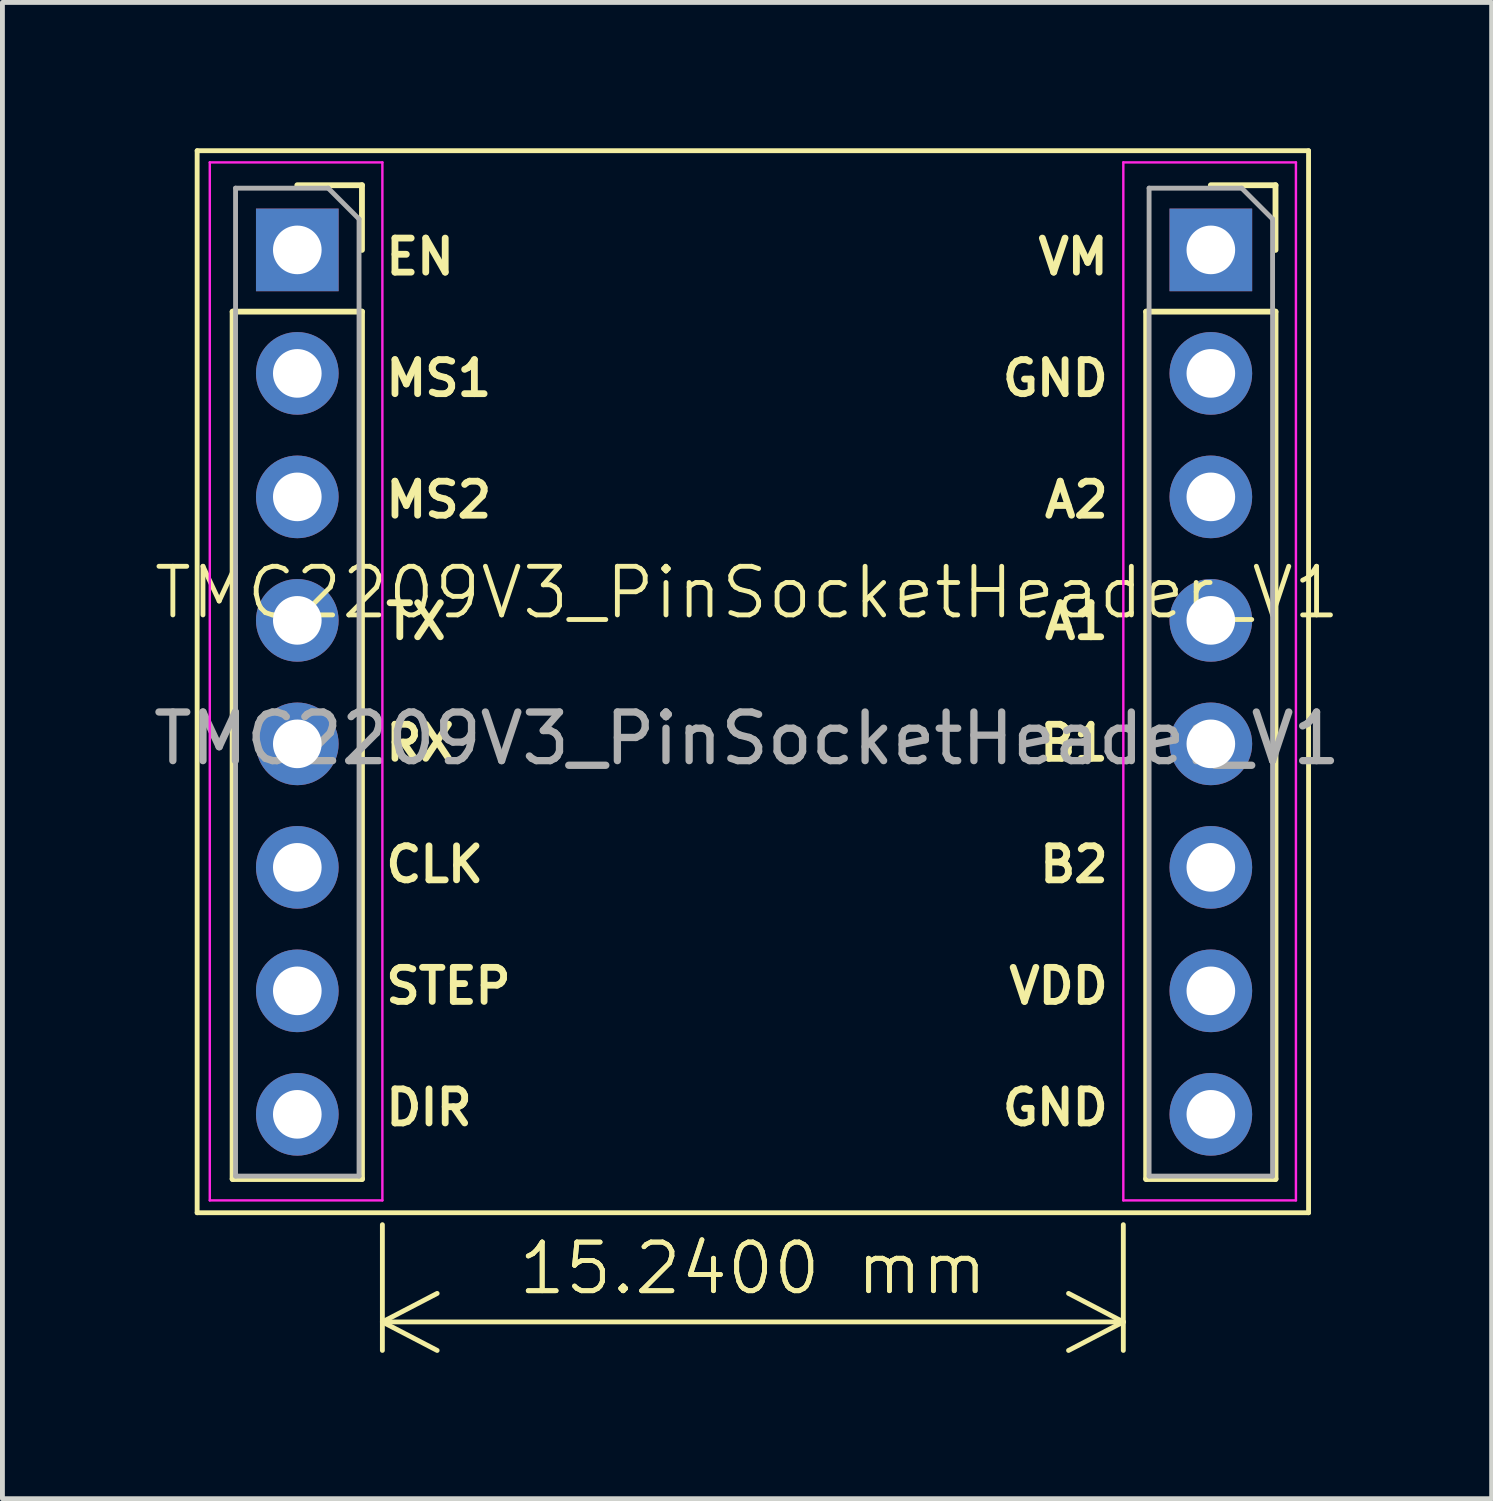
<source format=kicad_pcb>
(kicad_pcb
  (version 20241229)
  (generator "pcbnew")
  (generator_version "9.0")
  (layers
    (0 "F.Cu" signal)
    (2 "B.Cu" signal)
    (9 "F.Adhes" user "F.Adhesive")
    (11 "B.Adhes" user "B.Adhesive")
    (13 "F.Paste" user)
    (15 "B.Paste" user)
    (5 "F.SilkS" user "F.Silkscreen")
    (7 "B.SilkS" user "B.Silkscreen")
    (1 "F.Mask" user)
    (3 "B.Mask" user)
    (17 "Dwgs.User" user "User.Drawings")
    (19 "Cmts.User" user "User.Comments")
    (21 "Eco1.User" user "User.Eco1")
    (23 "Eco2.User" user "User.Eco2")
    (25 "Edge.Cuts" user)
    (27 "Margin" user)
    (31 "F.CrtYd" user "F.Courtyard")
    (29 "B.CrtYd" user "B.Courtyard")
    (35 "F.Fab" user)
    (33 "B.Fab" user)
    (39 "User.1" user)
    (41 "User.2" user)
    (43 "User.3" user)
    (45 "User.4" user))
  (footprint "TMC2209V3_PinSocketHeader_V1"
    (layer "F.Cu")
    (at 12.435 10.894)
    (property "Reference" "TMC2209V3_PinSocketHeader_V1" (at -0.12 -1.754 0) (unlocked yes) (layer "F.SilkS") (effects (font (size 1 1) (thickness 0.1))))
    (attr through_hole)
    (fp_line (start -11.43 -10.844) (end 11.43 -10.844) (stroke (width 0.1) (type default)) (layer "F.SilkS"))
    (fp_line (start -11.43 11) (end -11.43 -10.844) (stroke (width 0.1) (type default)) (layer "F.SilkS"))
    (fp_line (start -10.7 -7.534) (end -10.7 10.306) (stroke (width 0.12) (type solid)) (layer "F.SilkS"))
    (fp_line (start -10.7 -7.534) (end -8.04 -7.534) (stroke (width 0.12) (type solid)) (layer "F.SilkS"))
    (fp_line (start -10.7 10.306) (end -8.04 10.306) (stroke (width 0.12) (type solid)) (layer "F.SilkS"))
    (fp_line (start -9.37 -10.134) (end -8.04 -10.134) (stroke (width 0.12) (type solid)) (layer "F.SilkS"))
    (fp_line (start -8.04 -10.134) (end -8.04 -8.804) (stroke (width 0.12) (type solid)) (layer "F.SilkS"))
    (fp_line (start -8.04 -7.534) (end -8.04 10.306) (stroke (width 0.12) (type solid)) (layer "F.SilkS"))
    (fp_line (start 8.09 -7.534) (end 8.09 10.306) (stroke (width 0.12) (type solid)) (layer "F.SilkS"))
    (fp_line (start 8.09 -7.534) (end 10.75 -7.534) (stroke (width 0.12) (type solid)) (layer "F.SilkS"))
    (fp_line (start 8.09 10.306) (end 10.75 10.306) (stroke (width 0.12) (type solid)) (layer "F.SilkS"))
    (fp_line (start 9.42 -10.134) (end 10.75 -10.134) (stroke (width 0.12) (type solid)) (layer "F.SilkS"))
    (fp_line (start 10.75 -10.134) (end 10.75 -8.804) (stroke (width 0.12) (type solid)) (layer "F.SilkS"))
    (fp_line (start 10.75 -7.534) (end 10.75 10.306) (stroke (width 0.12) (type solid)) (layer "F.SilkS"))
    (fp_line (start 11.43 -10.844) (end 11.43 11) (stroke (width 0.1) (type default)) (layer "F.SilkS"))
    (fp_line (start 11.43 11) (end -11.43 11) (stroke (width 0.1) (type default)) (layer "F.SilkS"))
    (fp_line (start -11.17 -10.604) (end -7.62 -10.604) (stroke (width 0.05) (type solid)) (layer "F.CrtYd"))
    (fp_line (start -11.17 10.746) (end -11.17 -10.604) (stroke (width 0.05) (type solid)) (layer "F.CrtYd"))
    (fp_line (start -7.62 -10.604) (end -7.62 10.746) (stroke (width 0.05) (type solid)) (layer "F.CrtYd"))
    (fp_line (start -7.62 10.746) (end -11.17 10.746) (stroke (width 0.05) (type solid)) (layer "F.CrtYd"))
    (fp_line (start 7.62 -10.604) (end 11.17 -10.604) (stroke (width 0.05) (type solid)) (layer "F.CrtYd"))
    (fp_line (start 7.62 10.746) (end 7.62 -10.604) (stroke (width 0.05) (type solid)) (layer "F.CrtYd"))
    (fp_line (start 11.17 -10.604) (end 11.17 10.746) (stroke (width 0.05) (type solid)) (layer "F.CrtYd"))
    (fp_line (start 11.17 10.746) (end 7.62 10.746) (stroke (width 0.05) (type solid)) (layer "F.CrtYd"))
    (fp_line (start -10.64 -10.074) (end -8.735 -10.074) (stroke (width 0.1) (type solid)) (layer "F.Fab"))
    (fp_line (start -10.64 10.246) (end -10.64 -10.074) (stroke (width 0.1) (type solid)) (layer "F.Fab"))
    (fp_line (start -8.735 -10.074) (end -8.1 -9.439) (stroke (width 0.1) (type solid)) (layer "F.Fab"))
    (fp_line (start -8.1 -9.439) (end -8.1 10.246) (stroke (width 0.1) (type solid)) (layer "F.Fab"))
    (fp_line (start -8.1 10.246) (end -10.64 10.246) (stroke (width 0.1) (type solid)) (layer "F.Fab"))
    (fp_line (start 8.15 -10.074) (end 10.055 -10.074) (stroke (width 0.1) (type solid)) (layer "F.Fab"))
    (fp_line (start 8.15 10.246) (end 8.15 -10.074) (stroke (width 0.1) (type solid)) (layer "F.Fab"))
    (fp_line (start 10.055 -10.074) (end 10.69 -9.439) (stroke (width 0.1) (type solid)) (layer "F.Fab"))
    (fp_line (start 10.69 -9.439) (end 10.69 10.246) (stroke (width 0.1) (type solid)) (layer "F.Fab"))
    (fp_line (start 10.69 10.246) (end 8.15 10.246) (stroke (width 0.1) (type solid)) (layer "F.Fab"))
    (fp_text user "CLK" (at -7.62 4.246 0) (unlocked yes) (layer "F.SilkS") (effects (font (size 0.7 0.7) (thickness 0.14) (bold yes)) (justify left bottom)))
    (fp_text user "RX" (at -7.62 1.746 0) (unlocked yes) (layer "F.SilkS") (effects (font (size 0.7 0.7) (thickness 0.14) (bold yes)) (justify left bottom)))
    (fp_text user "GND" (at 7.38 -5.754 0) (unlocked yes) (layer "F.SilkS") (effects (font (size 0.7 0.7) (thickness 0.14) (bold yes)) (justify right bottom)))
    (fp_text user "MS2" (at -7.62 -3.254 0) (unlocked yes) (layer "F.SilkS") (effects (font (size 0.7 0.7) (thickness 0.14) (bold yes)) (justify left bottom)))
    (fp_text user "MS1" (at -7.62 -5.754 0) (unlocked yes) (layer "F.SilkS") (effects (font (size 0.7 0.7) (thickness 0.14) (bold yes)) (justify left bottom)))
    (fp_text user "VM" (at 7.38 -8.254 0) (unlocked yes) (layer "F.SilkS") (effects (font (size 0.7 0.7) (thickness 0.14) (bold yes)) (justify right bottom)))
    (fp_text user "B2" (at 7.38 4.246 0) (unlocked yes) (layer "F.SilkS") (effects (font (size 0.7 0.7) (thickness 0.14) (bold yes)) (justify right bottom)))
    (fp_text user "B1" (at 7.38 1.746 0) (unlocked yes) (layer "F.SilkS") (effects (font (size 0.7 0.7) (thickness 0.14) (bold yes)) (justify right bottom)))
    (fp_text user "VDD" (at 7.38 6.746 0) (unlocked yes) (layer "F.SilkS") (effects (font (size 0.7 0.7) (thickness 0.14) (bold yes)) (justify right bottom)))
    (fp_text user "GND" (at 7.38 9.246 0) (unlocked yes) (layer "F.SilkS") (effects (font (size 0.7 0.7) (thickness 0.14) (bold yes)) (justify right bottom)))
    (fp_text user "A2" (at 7.38 -3.254 0) (unlocked yes) (layer "F.SilkS") (effects (font (size 0.7 0.7) (thickness 0.14) (bold yes)) (justify right bottom)))
    (fp_text user "STEP" (at -7.62 6.746 0) (unlocked yes) (layer "F.SilkS") (effects (font (size 0.7 0.7) (thickness 0.14) (bold yes)) (justify left bottom)))
    (fp_text user "A1" (at 7.38 -0.754 0) (unlocked yes) (layer "F.SilkS") (effects (font (size 0.7 0.7) (thickness 0.14) (bold yes)) (justify right bottom)))
    (fp_text user "EN" (at -7.62 -8.254 0) (unlocked yes) (layer "F.SilkS") (effects (font (size 0.7 0.7) (thickness 0.14) (bold yes)) (justify left bottom)))
    (fp_text user "TX" (at -7.62 -0.754 0) (unlocked yes) (layer "F.SilkS") (effects (font (size 0.7 0.7) (thickness 0.14) (bold yes)) (justify left bottom)))
    (fp_text user "DIR" (at -7.62 9.246 0) (unlocked yes) (layer "F.SilkS") (effects (font (size 0.7 0.7) (thickness 0.14) (bold yes)) (justify left bottom)))
    (fp_text user "${REFERENCE}" (at -0.12 1.246 0) (unlocked yes) (layer "F.Fab") (effects (font (size 1 1) (thickness 0.15))))
    (dimension (type aligned) (layer "F.SilkS") (pts (xy 4.815 21.64) (xy 20.055 21.64)) (height 2.5) (format (prefix "") (suffix "") (units 3) (units_format 1) (precision 4)) (style (thickness 0.1) (arrow_length 1.27) (text_position_mode 0) (arrow_direction outward) (extension_height 0.586) (extension_offset 0.5) (keep_text_aligned yes)) (gr_text "15.2400 mm" (at 12.435 23.04 0) (layer "F.SilkS") (effects (font (size 1 1) (thickness 0.1)))))
    (pad "1" thru_hole rect (at -9.37 -8.804) (size 1.7 1.7) (drill 1) (layers "*.Cu" "*.Mask"))
    (pad "1" thru_hole rect (at 9.42 -8.804) (size 1.7 1.7) (drill 1) (layers "*.Cu" "*.Mask"))
    (pad "2" thru_hole oval (at -9.37 -6.264) (size 1.7 1.7) (drill 1) (layers "*.Cu" "*.Mask"))
    (pad "2" thru_hole oval (at 9.42 -6.264) (size 1.7 1.7) (drill 1) (layers "*.Cu" "*.Mask"))
    (pad "3" thru_hole oval (at -9.37 -3.724) (size 1.7 1.7) (drill 1) (layers "*.Cu" "*.Mask"))
    (pad "3" thru_hole oval (at 9.42 -3.724) (size 1.7 1.7) (drill 1) (layers "*.Cu" "*.Mask"))
    (pad "4" thru_hole oval (at -9.37 -1.184) (size 1.7 1.7) (drill 1) (layers "*.Cu" "*.Mask"))
    (pad "4" thru_hole oval (at 9.42 -1.184) (size 1.7 1.7) (drill 1) (layers "*.Cu" "*.Mask"))
    (pad "5" thru_hole oval (at -9.37 1.356) (size 1.7 1.7) (drill 1) (layers "*.Cu" "*.Mask"))
    (pad "5" thru_hole oval (at 9.42 1.356) (size 1.7 1.7) (drill 1) (layers "*.Cu" "*.Mask"))
    (pad "6" thru_hole oval (at -9.37 3.896) (size 1.7 1.7) (drill 1) (layers "*.Cu" "*.Mask"))
    (pad "6" thru_hole oval (at 9.42 3.896) (size 1.7 1.7) (drill 1) (layers "*.Cu" "*.Mask"))
    (pad "7" thru_hole oval (at -9.37 6.436) (size 1.7 1.7) (drill 1) (layers "*.Cu" "*.Mask"))
    (pad "7" thru_hole oval (at 9.42 6.436) (size 1.7 1.7) (drill 1) (layers "*.Cu" "*.Mask"))
    (pad "8" thru_hole oval (at -9.37 8.976) (size 1.7 1.7) (drill 1) (layers "*.Cu" "*.Mask"))
    (pad "8" thru_hole oval (at 9.42 8.976) (size 1.7 1.7) (drill 1) (layers "*.Cu" "*.Mask"))
    (zone (net_name "") (layer "F.SilkS") (hatch edge 0.5) (connect_pads) (min_thickness 0.25) (filled_areas_thickness no) (keepout (tracks allowed) (vias allowed) (pads not_allowed) (copperpour allowed) (footprints not_allowed)) (placement (enabled no)) (fill) (polygon (pts (xy 1.005 0.05) (xy 23.865 0.05) (xy 23.865 21.894) (xy 1.005 21.894)))))
  (gr_rect
    (start -3 -3)
    (end 27.631 27.776)
    (stroke (width 0.1) (type default))
    (fill no)
    (layer "Edge.Cuts")))
</source>
